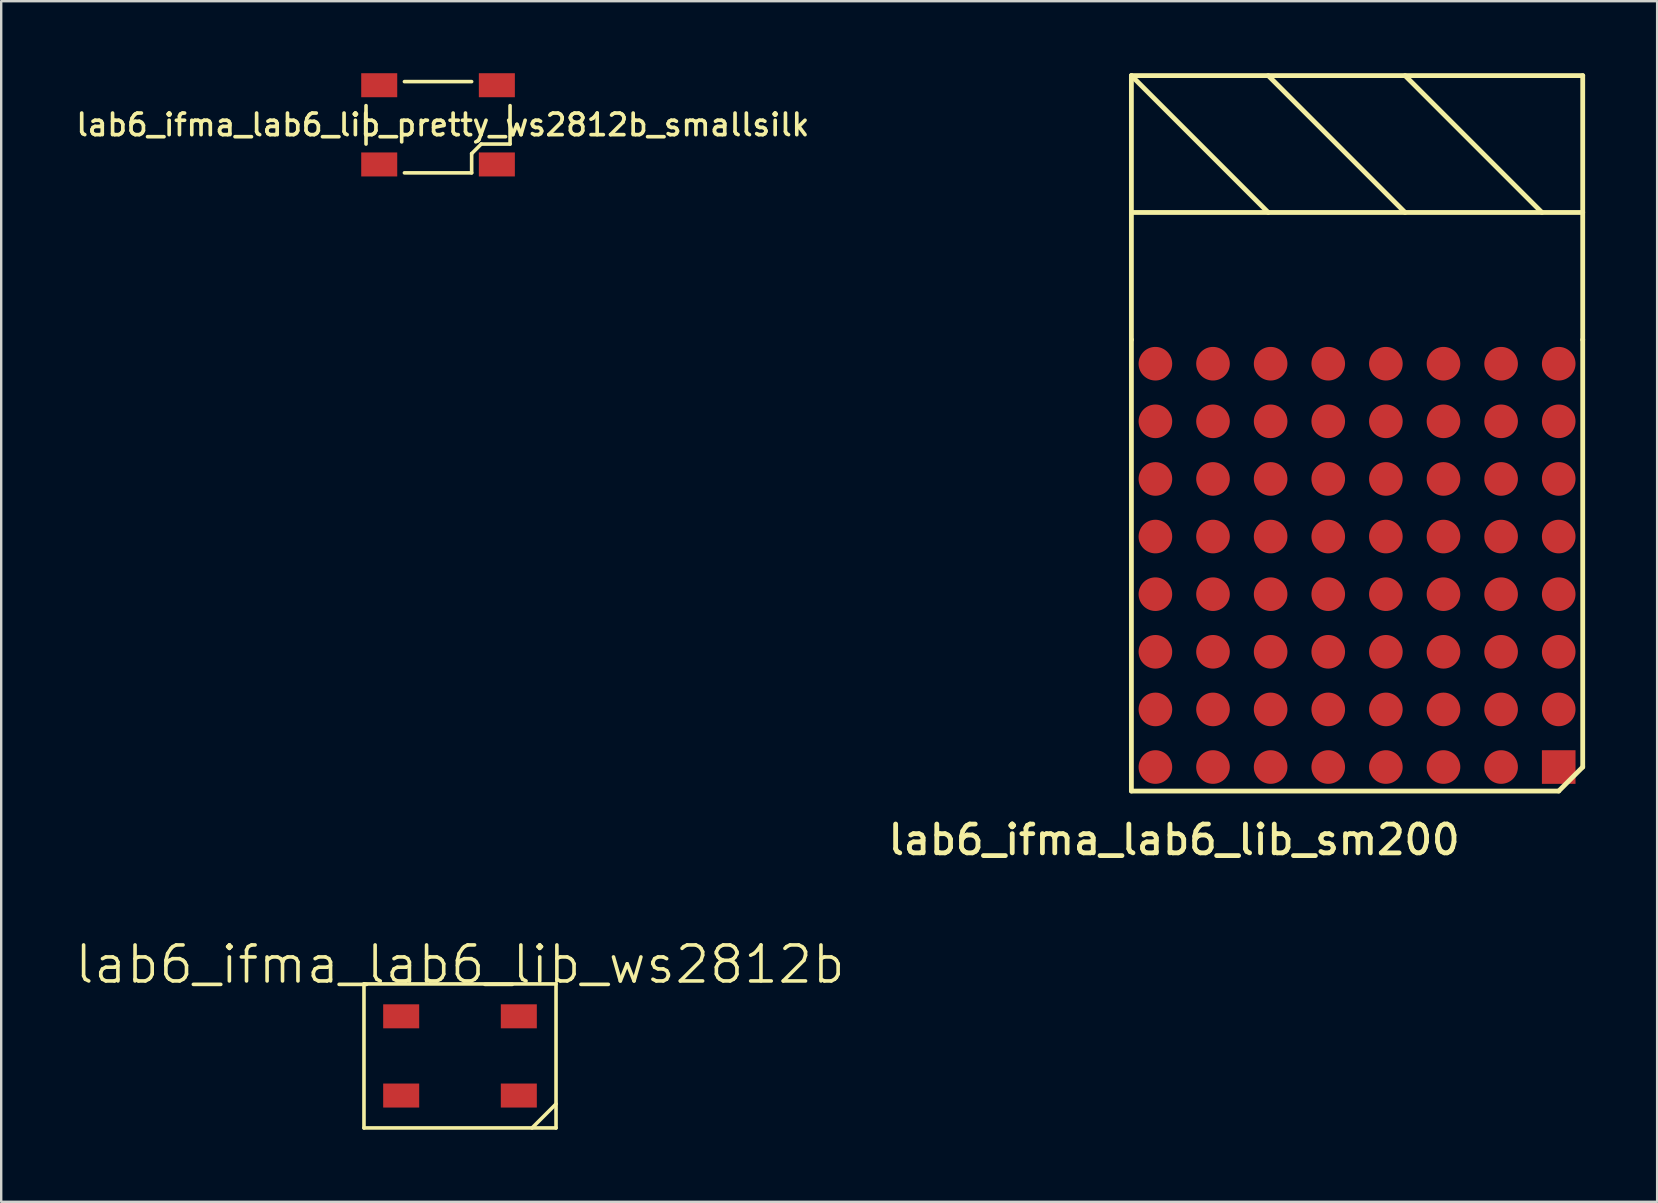
<source format=kicad_pcb>
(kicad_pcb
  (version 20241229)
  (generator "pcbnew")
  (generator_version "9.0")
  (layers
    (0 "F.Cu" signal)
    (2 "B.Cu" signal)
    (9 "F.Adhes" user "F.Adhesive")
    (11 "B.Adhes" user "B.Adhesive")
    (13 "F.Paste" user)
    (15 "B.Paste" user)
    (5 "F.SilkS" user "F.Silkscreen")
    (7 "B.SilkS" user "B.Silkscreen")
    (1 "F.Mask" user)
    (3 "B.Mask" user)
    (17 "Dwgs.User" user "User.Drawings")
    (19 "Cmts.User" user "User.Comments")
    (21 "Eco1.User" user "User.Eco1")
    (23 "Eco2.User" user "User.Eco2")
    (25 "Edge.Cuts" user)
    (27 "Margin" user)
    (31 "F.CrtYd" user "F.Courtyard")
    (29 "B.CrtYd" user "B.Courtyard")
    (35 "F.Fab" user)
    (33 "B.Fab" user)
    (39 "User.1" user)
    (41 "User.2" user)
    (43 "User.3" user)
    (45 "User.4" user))
  (footprint "lab6_ifma_lab6_lib_ws2812b"
    (layer "F.Cu")
    (at 16.111 40.934)
    (property "Reference" "lab6_ifma_lab6_lib_ws2812b" (at 0 -3.81 0) (layer "F.SilkS") (effects (font (size 1.5 1.5) (thickness 0.15))))
    (attr through_hole)
    (fp_line (start -4 -3) (end -4 3) (stroke (width 0.15) (type solid)) (layer "F.SilkS"))
    (fp_line (start -4 3) (end 4 3) (stroke (width 0.15) (type solid)) (layer "F.SilkS"))
    (fp_line (start 3 3) (end 4 2) (stroke (width 0.15) (type solid)) (layer "F.SilkS"))
    (fp_line (start 4 -3) (end -4 -3) (stroke (width 0.15) (type solid)) (layer "F.SilkS"))
    (fp_line (start 4 3) (end 4 -3) (stroke (width 0.15) (type solid)) (layer "F.SilkS"))
    (pad "1" smd rect (at -2.45 -1.65) (size 1.5 1) (layers "F.Cu" "F.Mask" "F.Paste"))
    (pad "2" smd rect (at -2.45 1.65) (size 1.5 1) (layers "F.Cu" "F.Mask" "F.Paste"))
    (pad "3" smd rect (at 2.45 1.65) (size 1.5 1) (layers "F.Cu" "F.Mask" "F.Paste"))
    (pad "4" smd rect (at 2.45 -1.65) (size 1.5 1) (layers "F.Cu" "F.Mask" "F.Paste")))
  (footprint "lab6_ifma_lab6_lib_sm200"
    (layer "F.Cu")
    (at 53.477 20.5)
    (property "Reference" "lab6_ifma_lab6_lib_sm200" (at -7.62 11.43 0) (layer "F.SilkS") (effects (font (size 1.2 1.2) (thickness 0.2))))
    (attr through_hole)
    (fp_line (start -9.4 -20.4) (end -9.4 -9.4) (stroke (width 0.2) (type solid)) (layer "F.SilkS"))
    (fp_line (start -9.4 -20.4) (end -3.7 -14.7) (stroke (width 0.2) (type solid)) (layer "F.SilkS"))
    (fp_line (start -9.4 -14.7) (end 9.4 -14.7) (stroke (width 0.2) (type solid)) (layer "F.SilkS"))
    (fp_line (start -9.4 9.4) (end -9.4 -9.4) (stroke (width 0.2) (type solid)) (layer "F.SilkS"))
    (fp_line (start -3.7 -20.4) (end 2 -14.7) (stroke (width 0.2) (type solid)) (layer "F.SilkS"))
    (fp_line (start 2 -20.4) (end 7.7 -14.7) (stroke (width 0.2) (type solid)) (layer "F.SilkS"))
    (fp_line (start 8.4 9.4) (end -9.4 9.4) (stroke (width 0.2) (type solid)) (layer "F.SilkS"))
    (fp_line (start 9.4 -20.4) (end -9.4 -20.4) (stroke (width 0.2) (type solid)) (layer "F.SilkS"))
    (fp_line (start 9.4 -9.4) (end 9.4 -20.4) (stroke (width 0.2) (type solid)) (layer "F.SilkS"))
    (fp_line (start 9.4 -9.4) (end 9.4 8.4) (stroke (width 0.2) (type solid)) (layer "F.SilkS"))
    (fp_line (start 9.4 8.4) (end 8.4 9.4) (stroke (width 0.2) (type solid)) (layer "F.SilkS"))
    (pad "A1" smd rect (at 8.4 8.4 90) (size 1.4 1.4) (layers "F.Cu" "F.Mask" "F.Paste"))
    (pad "A2" smd circle (at 8.4 6 90) (size 1.4 1.4) (layers "F.Cu" "F.Mask" "F.Paste"))
    (pad "A3" smd circle (at 8.4 3.6 90) (size 1.4 1.4) (layers "F.Cu" "F.Mask" "F.Paste"))
    (pad "A4" smd circle (at 8.4 1.2 90) (size 1.4 1.4) (layers "F.Cu" "F.Mask" "F.Paste"))
    (pad "A5" smd circle (at 8.4 -1.2 90) (size 1.4 1.4) (layers "F.Cu" "F.Mask" "F.Paste"))
    (pad "A6" smd circle (at 8.4 -3.6 90) (size 1.4 1.4) (layers "F.Cu" "F.Mask" "F.Paste"))
    (pad "A7" smd circle (at 8.4 -6 90) (size 1.4 1.4) (layers "F.Cu" "F.Mask" "F.Paste"))
    (pad "A8" smd circle (at 8.4 -8.4 90) (size 1.4 1.4) (layers "F.Cu" "F.Mask" "F.Paste"))
    (pad "B1" smd circle (at 6 8.4 90) (size 1.4 1.4) (layers "F.Cu" "F.Mask" "F.Paste"))
    (pad "B2" smd circle (at 6 6 90) (size 1.4 1.4) (layers "F.Cu" "F.Mask" "F.Paste"))
    (pad "B3" smd circle (at 6 3.6 90) (size 1.4 1.4) (layers "F.Cu" "F.Mask" "F.Paste"))
    (pad "B4" smd circle (at 6 1.2 90) (size 1.4 1.4) (layers "F.Cu" "F.Mask" "F.Paste"))
    (pad "B5" smd circle (at 6 -1.2 90) (size 1.4 1.4) (layers "F.Cu" "F.Mask" "F.Paste"))
    (pad "B6" smd circle (at 6 -3.6 90) (size 1.4 1.4) (layers "F.Cu" "F.Mask" "F.Paste"))
    (pad "B7" smd circle (at 6 -6 90) (size 1.4 1.4) (layers "F.Cu" "F.Mask" "F.Paste"))
    (pad "B8" smd circle (at 6 -8.4 90) (size 1.4 1.4) (layers "F.Cu" "F.Mask" "F.Paste"))
    (pad "C1" smd circle (at 3.6 8.4 90) (size 1.4 1.4) (layers "F.Cu" "F.Mask" "F.Paste"))
    (pad "C2" smd circle (at 3.6 6 90) (size 1.4 1.4) (layers "F.Cu" "F.Mask" "F.Paste"))
    (pad "C3" smd circle (at 3.6 3.6 90) (size 1.4 1.4) (layers "F.Cu" "F.Mask" "F.Paste"))
    (pad "C4" smd circle (at 3.6 1.2 90) (size 1.4 1.4) (layers "F.Cu" "F.Mask" "F.Paste"))
    (pad "C5" smd circle (at 3.6 -1.2 90) (size 1.4 1.4) (layers "F.Cu" "F.Mask" "F.Paste"))
    (pad "C6" smd circle (at 3.6 -3.6 90) (size 1.4 1.4) (layers "F.Cu" "F.Mask" "F.Paste"))
    (pad "C7" smd circle (at 3.6 -6 90) (size 1.4 1.4) (layers "F.Cu" "F.Mask" "F.Paste"))
    (pad "C8" smd circle (at 3.6 -8.4 90) (size 1.4 1.4) (layers "F.Cu" "F.Mask" "F.Paste"))
    (pad "D1" smd circle (at 1.2 8.4 90) (size 1.4 1.4) (layers "F.Cu" "F.Mask" "F.Paste"))
    (pad "D2" smd circle (at 1.2 6 90) (size 1.4 1.4) (layers "F.Cu" "F.Mask" "F.Paste"))
    (pad "D3" smd circle (at 1.2 3.6 90) (size 1.4 1.4) (layers "F.Cu" "F.Mask" "F.Paste"))
    (pad "D4" smd circle (at 1.2 1.2 90) (size 1.4 1.4) (layers "F.Cu" "F.Mask" "F.Paste"))
    (pad "D5" smd circle (at 1.2 -1.2 90) (size 1.4 1.4) (layers "F.Cu" "F.Mask" "F.Paste"))
    (pad "D6" smd circle (at 1.2 -3.6 90) (size 1.4 1.4) (layers "F.Cu" "F.Mask" "F.Paste"))
    (pad "D7" smd circle (at 1.2 -6 90) (size 1.4 1.4) (layers "F.Cu" "F.Mask" "F.Paste"))
    (pad "D8" smd circle (at 1.2 -8.4 90) (size 1.4 1.4) (layers "F.Cu" "F.Mask" "F.Paste"))
    (pad "E1" smd circle (at -1.2 8.4 90) (size 1.4 1.4) (layers "F.Cu" "F.Mask" "F.Paste"))
    (pad "E2" smd circle (at -1.2 6 90) (size 1.4 1.4) (layers "F.Cu" "F.Mask" "F.Paste"))
    (pad "E3" smd circle (at -1.2 3.6 90) (size 1.4 1.4) (layers "F.Cu" "F.Mask" "F.Paste"))
    (pad "E4" smd circle (at -1.2 1.2 90) (size 1.4 1.4) (layers "F.Cu" "F.Mask" "F.Paste"))
    (pad "E5" smd circle (at -1.2 -1.2 90) (size 1.4 1.4) (layers "F.Cu" "F.Mask" "F.Paste"))
    (pad "E6" smd circle (at -1.2 -3.6 90) (size 1.4 1.4) (layers "F.Cu" "F.Mask" "F.Paste"))
    (pad "E7" smd circle (at -1.2 -6 90) (size 1.4 1.4) (layers "F.Cu" "F.Mask" "F.Paste"))
    (pad "E8" smd circle (at -1.2 -8.4 90) (size 1.4 1.4) (layers "F.Cu" "F.Mask" "F.Paste"))
    (pad "F1" smd circle (at -3.6 8.4 90) (size 1.4 1.4) (layers "F.Cu" "F.Mask" "F.Paste"))
    (pad "F2" smd circle (at -3.6 6 90) (size 1.4 1.4) (layers "F.Cu" "F.Mask" "F.Paste"))
    (pad "F3" smd circle (at -3.6 3.6 90) (size 1.4 1.4) (layers "F.Cu" "F.Mask" "F.Paste"))
    (pad "F4" smd circle (at -3.6 1.2 90) (size 1.4 1.4) (layers "F.Cu" "F.Mask" "F.Paste"))
    (pad "F5" smd circle (at -3.6 -1.2 90) (size 1.4 1.4) (layers "F.Cu" "F.Mask" "F.Paste"))
    (pad "F6" smd circle (at -3.6 -3.6 90) (size 1.4 1.4) (layers "F.Cu" "F.Mask" "F.Paste"))
    (pad "F7" smd circle (at -3.6 -6 90) (size 1.4 1.4) (layers "F.Cu" "F.Mask" "F.Paste"))
    (pad "F8" smd circle (at -3.6 -8.4 90) (size 1.4 1.4) (layers "F.Cu" "F.Mask" "F.Paste"))
    (pad "G1" smd circle (at -6 8.4 90) (size 1.4 1.4) (layers "F.Cu" "F.Mask" "F.Paste"))
    (pad "G2" smd circle (at -6 6 90) (size 1.4 1.4) (layers "F.Cu" "F.Mask" "F.Paste"))
    (pad "G3" smd circle (at -6 3.6 90) (size 1.4 1.4) (layers "F.Cu" "F.Mask" "F.Paste"))
    (pad "G4" smd circle (at -6 1.2 90) (size 1.4 1.4) (layers "F.Cu" "F.Mask" "F.Paste"))
    (pad "G5" smd circle (at -6 -1.2 90) (size 1.4 1.4) (layers "F.Cu" "F.Mask" "F.Paste"))
    (pad "G6" smd circle (at -6 -3.6 90) (size 1.4 1.4) (layers "F.Cu" "F.Mask" "F.Paste"))
    (pad "G7" smd circle (at -6 -6 90) (size 1.4 1.4) (layers "F.Cu" "F.Mask" "F.Paste"))
    (pad "G8" smd circle (at -6 -8.4 90) (size 1.4 1.4) (layers "F.Cu" "F.Mask" "F.Paste"))
    (pad "H1" smd circle (at -8.4 8.4 90) (size 1.4 1.4) (layers "F.Cu" "F.Mask" "F.Paste"))
    (pad "H2" smd circle (at -8.4 6 90) (size 1.4 1.4) (layers "F.Cu" "F.Mask" "F.Paste"))
    (pad "H3" smd circle (at -8.4 3.6 90) (size 1.4 1.4) (layers "F.Cu" "F.Mask" "F.Paste"))
    (pad "H4" smd circle (at -8.4 1.2 90) (size 1.4 1.4) (layers "F.Cu" "F.Mask" "F.Paste"))
    (pad "H5" smd circle (at -8.4 -1.2 90) (size 1.4 1.4) (layers "F.Cu" "F.Mask" "F.Paste"))
    (pad "H6" smd circle (at -8.4 -3.6 90) (size 1.4 1.4) (layers "F.Cu" "F.Mask" "F.Paste"))
    (pad "H7" smd circle (at -8.4 -6 90) (size 1.4 1.4) (layers "F.Cu" "F.Mask" "F.Paste"))
    (pad "H8" smd circle (at -8.4 -8.4 90) (size 1.4 1.4) (layers "F.Cu" "F.Mask" "F.Paste")))
  (footprint "lab6_ifma_lab6_lib_pretty_ws2812b_smallsilk"
    (layer "F.Cu")
    (at 15.196 2.15)
    (property "Reference" "lab6_ifma_lab6_lib_pretty_ws2812b_smallsilk" (at 0.2 0 0) (layer "F.SilkS") (effects (font (size 0.9 0.9) (thickness 0.152))))
    (attr through_hole)
    (fp_line (start -3 0.8) (end -3 -0.8) (stroke (width 0.15) (type solid)) (layer "F.SilkS"))
    (fp_line (start -1.4 -1.8) (end 1.4 -1.8) (stroke (width 0.15) (type solid)) (layer "F.SilkS"))
    (fp_line (start 1.4 1.2) (end 1.8 0.8) (stroke (width 0.15) (type solid)) (layer "F.SilkS"))
    (fp_line (start 1.4 2) (end -1.4 2) (stroke (width 0.15) (type solid)) (layer "F.SilkS"))
    (fp_line (start 1.4 2) (end 1.4 1.2) (stroke (width 0.15) (type solid)) (layer "F.SilkS"))
    (fp_line (start 1.8 0.8) (end 3 0.8) (stroke (width 0.15) (type solid)) (layer "F.SilkS"))
    (fp_line (start 3 -0.8) (end 3 0.8) (stroke (width 0.15) (type solid)) (layer "F.SilkS"))
    (pad "1" smd rect (at -2.45 -1.65) (size 1.5 1) (layers "F.Cu" "F.Mask" "F.Paste"))
    (pad "2" smd rect (at -2.45 1.65) (size 1.5 1) (layers "F.Cu" "F.Mask" "F.Paste"))
    (pad "3" smd rect (at 2.45 1.65) (size 1.5 1) (layers "F.Cu" "F.Mask" "F.Paste"))
    (pad "4" smd rect (at 2.45 -1.65) (size 1.5 1) (layers "F.Cu" "F.Mask" "F.Paste")))
  (gr_rect
    (start -3 -3)
    (end 65.977 47.009)
    (stroke (width 0.1) (type default))
    (fill no)
    (layer "Edge.Cuts")))
</source>
